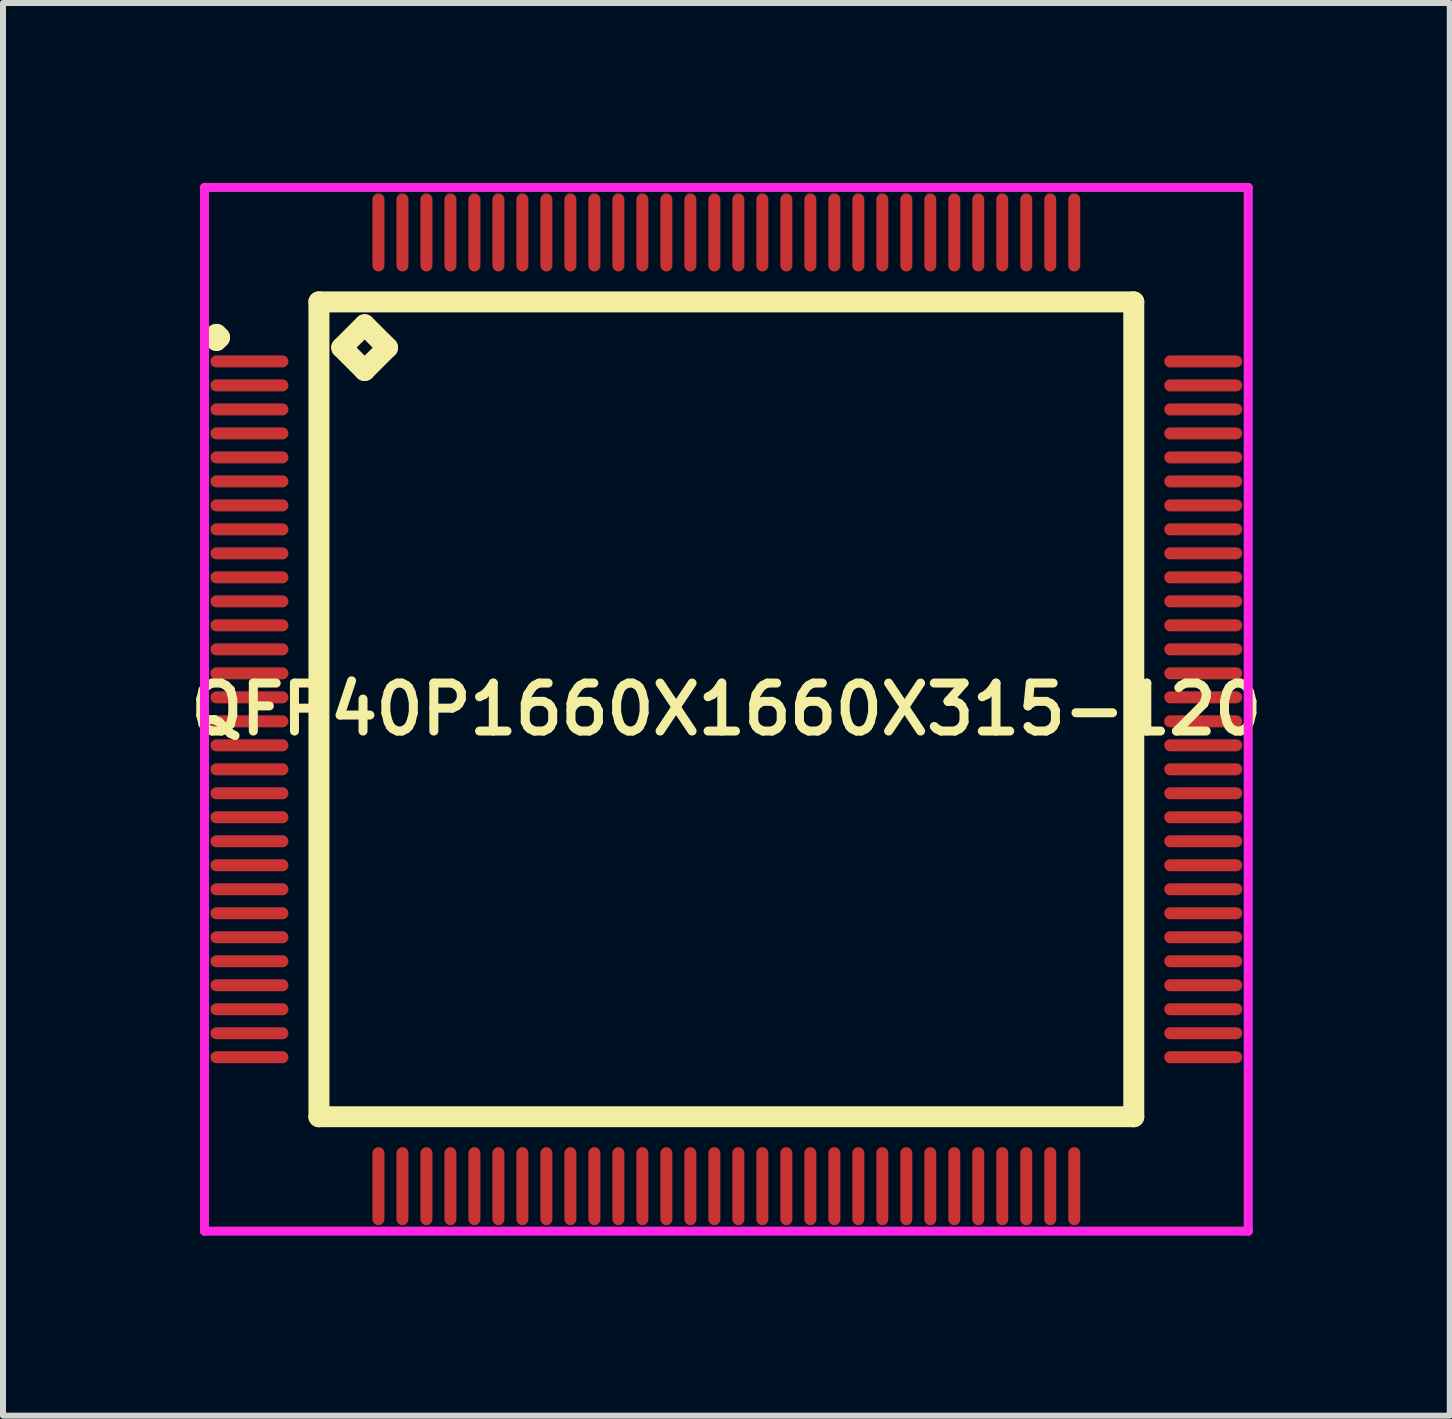
<source format=kicad_pcb>
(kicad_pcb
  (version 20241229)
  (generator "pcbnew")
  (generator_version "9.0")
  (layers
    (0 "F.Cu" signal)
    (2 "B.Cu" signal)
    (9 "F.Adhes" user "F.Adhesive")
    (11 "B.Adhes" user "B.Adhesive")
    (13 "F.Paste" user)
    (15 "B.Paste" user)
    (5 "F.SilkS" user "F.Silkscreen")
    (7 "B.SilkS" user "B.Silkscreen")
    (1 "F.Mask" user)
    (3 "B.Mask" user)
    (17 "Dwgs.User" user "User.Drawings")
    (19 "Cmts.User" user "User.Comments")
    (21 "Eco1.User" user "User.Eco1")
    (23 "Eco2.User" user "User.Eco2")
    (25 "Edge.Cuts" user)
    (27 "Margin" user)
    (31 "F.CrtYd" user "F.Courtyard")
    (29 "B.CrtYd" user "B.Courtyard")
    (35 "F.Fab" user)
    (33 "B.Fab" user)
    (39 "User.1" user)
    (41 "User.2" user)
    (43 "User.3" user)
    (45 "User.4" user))
  (footprint "QFP40P1660X1660X315-120"
    (layer "F.Cu")
    (at 9.059 8.775)
    (property "Reference" "QFP40P1660X1660X315-120" (at 0 0 0) (layer "F.SilkS") (effects (font (size 0.8 0.8) (thickness 0.15))))
    (attr smd)
    (fp_line (start -8.55 -6.2) (end -8.5 -6.25) (stroke (width 0.35) (type solid)) (layer "F.SilkS"))
    (fp_line (start -8.5 -6.25) (end -8.45 -6.2) (stroke (width 0.35) (type solid)) (layer "F.SilkS"))
    (fp_line (start -8.5 -6.15) (end -8.55 -6.2) (stroke (width 0.35) (type solid)) (layer "F.SilkS"))
    (fp_line (start -8.45 -6.2) (end -8.5 -6.15) (stroke (width 0.35) (type solid)) (layer "F.SilkS"))
    (fp_line (start -6.792 -6.792) (end -6.792 6.792) (stroke (width 0.35) (type solid)) (layer "F.SilkS"))
    (fp_line (start -6.792 6.792) (end 6.792 6.792) (stroke (width 0.35) (type solid)) (layer "F.SilkS"))
    (fp_line (start -6.411 -6.03) (end -6.03 -6.411) (stroke (width 0.35) (type solid)) (layer "F.SilkS"))
    (fp_line (start -6.03 -6.411) (end -5.649 -6.03) (stroke (width 0.35) (type solid)) (layer "F.SilkS"))
    (fp_line (start -6.03 -5.649) (end -6.411 -6.03) (stroke (width 0.35) (type solid)) (layer "F.SilkS"))
    (fp_line (start -5.649 -6.03) (end -6.03 -5.649) (stroke (width 0.35) (type solid)) (layer "F.SilkS"))
    (fp_line (start 6.792 -6.792) (end -6.792 -6.792) (stroke (width 0.35) (type solid)) (layer "F.SilkS"))
    (fp_line (start 6.792 6.792) (end 6.792 -6.792) (stroke (width 0.35) (type solid)) (layer "F.SilkS"))
    (fp_line (start -8.7 -8.7) (end 8.7 -8.7) (stroke (width 0.15) (type solid)) (layer "F.CrtYd"))
    (fp_line (start -8.7 8.7) (end -8.7 -8.7) (stroke (width 0.15) (type solid)) (layer "F.CrtYd"))
    (fp_line (start 8.7 -8.7) (end 8.7 8.7) (stroke (width 0.15) (type solid)) (layer "F.CrtYd"))
    (fp_line (start 8.7 8.7) (end -8.7 8.7) (stroke (width 0.15) (type solid)) (layer "F.CrtYd"))
    (pad "1" smd oval (at -7.95 -5.8) (size 1.3 0.2) (layers "F.Cu" "F.Mask" "F.Paste"))
    (pad "2" smd oval (at -7.95 -5.4) (size 1.3 0.2) (layers "F.Cu" "F.Mask" "F.Paste"))
    (pad "3" smd oval (at -7.95 -5) (size 1.3 0.2) (layers "F.Cu" "F.Mask" "F.Paste"))
    (pad "4" smd oval (at -7.95 -4.6) (size 1.3 0.2) (layers "F.Cu" "F.Mask" "F.Paste"))
    (pad "5" smd oval (at -7.95 -4.2) (size 1.3 0.2) (layers "F.Cu" "F.Mask" "F.Paste"))
    (pad "6" smd oval (at -7.95 -3.8) (size 1.3 0.2) (layers "F.Cu" "F.Mask" "F.Paste"))
    (pad "7" smd oval (at -7.95 -3.4) (size 1.3 0.2) (layers "F.Cu" "F.Mask" "F.Paste"))
    (pad "8" smd oval (at -7.95 -3) (size 1.3 0.2) (layers "F.Cu" "F.Mask" "F.Paste"))
    (pad "9" smd oval (at -7.95 -2.6) (size 1.3 0.2) (layers "F.Cu" "F.Mask" "F.Paste"))
    (pad "10" smd oval (at -7.95 -2.2) (size 1.3 0.2) (layers "F.Cu" "F.Mask" "F.Paste"))
    (pad "11" smd oval (at -7.95 -1.8) (size 1.3 0.2) (layers "F.Cu" "F.Mask" "F.Paste"))
    (pad "12" smd oval (at -7.95 -1.4) (size 1.3 0.2) (layers "F.Cu" "F.Mask" "F.Paste"))
    (pad "13" smd oval (at -7.95 -1) (size 1.3 0.2) (layers "F.Cu" "F.Mask" "F.Paste"))
    (pad "14" smd oval (at -7.95 -0.6) (size 1.3 0.2) (layers "F.Cu" "F.Mask" "F.Paste"))
    (pad "15" smd oval (at -7.95 -0.2) (size 1.3 0.2) (layers "F.Cu" "F.Mask" "F.Paste"))
    (pad "16" smd oval (at -7.95 0.2) (size 1.3 0.2) (layers "F.Cu" "F.Mask" "F.Paste"))
    (pad "17" smd oval (at -7.95 0.6) (size 1.3 0.2) (layers "F.Cu" "F.Mask" "F.Paste"))
    (pad "18" smd oval (at -7.95 1) (size 1.3 0.2) (layers "F.Cu" "F.Mask" "F.Paste"))
    (pad "19" smd oval (at -7.95 1.4) (size 1.3 0.2) (layers "F.Cu" "F.Mask" "F.Paste"))
    (pad "20" smd oval (at -7.95 1.8) (size 1.3 0.2) (layers "F.Cu" "F.Mask" "F.Paste"))
    (pad "21" smd oval (at -7.95 2.2) (size 1.3 0.2) (layers "F.Cu" "F.Mask" "F.Paste"))
    (pad "22" smd oval (at -7.95 2.6) (size 1.3 0.2) (layers "F.Cu" "F.Mask" "F.Paste"))
    (pad "23" smd oval (at -7.95 3) (size 1.3 0.2) (layers "F.Cu" "F.Mask" "F.Paste"))
    (pad "24" smd oval (at -7.95 3.4) (size 1.3 0.2) (layers "F.Cu" "F.Mask" "F.Paste"))
    (pad "25" smd oval (at -7.95 3.8) (size 1.3 0.2) (layers "F.Cu" "F.Mask" "F.Paste"))
    (pad "26" smd oval (at -7.95 4.2) (size 1.3 0.2) (layers "F.Cu" "F.Mask" "F.Paste"))
    (pad "27" smd oval (at -7.95 4.6) (size 1.3 0.2) (layers "F.Cu" "F.Mask" "F.Paste"))
    (pad "28" smd oval (at -7.95 5) (size 1.3 0.2) (layers "F.Cu" "F.Mask" "F.Paste"))
    (pad "29" smd oval (at -7.95 5.4) (size 1.3 0.2) (layers "F.Cu" "F.Mask" "F.Paste"))
    (pad "30" smd oval (at -7.95 5.8) (size 1.3 0.2) (layers "F.Cu" "F.Mask" "F.Paste"))
    (pad "31" smd oval (at -5.8 7.95) (size 0.2 1.3) (layers "F.Cu" "F.Mask" "F.Paste"))
    (pad "32" smd oval (at -5.4 7.95) (size 0.2 1.3) (layers "F.Cu" "F.Mask" "F.Paste"))
    (pad "33" smd oval (at -5 7.95) (size 0.2 1.3) (layers "F.Cu" "F.Mask" "F.Paste"))
    (pad "34" smd oval (at -4.6 7.95) (size 0.2 1.3) (layers "F.Cu" "F.Mask" "F.Paste"))
    (pad "35" smd oval (at -4.2 7.95) (size 0.2 1.3) (layers "F.Cu" "F.Mask" "F.Paste"))
    (pad "36" smd oval (at -3.8 7.95) (size 0.2 1.3) (layers "F.Cu" "F.Mask" "F.Paste"))
    (pad "37" smd oval (at -3.4 7.95) (size 0.2 1.3) (layers "F.Cu" "F.Mask" "F.Paste"))
    (pad "38" smd oval (at -3 7.95) (size 0.2 1.3) (layers "F.Cu" "F.Mask" "F.Paste"))
    (pad "39" smd oval (at -2.6 7.95) (size 0.2 1.3) (layers "F.Cu" "F.Mask" "F.Paste"))
    (pad "40" smd oval (at -2.2 7.95) (size 0.2 1.3) (layers "F.Cu" "F.Mask" "F.Paste"))
    (pad "41" smd oval (at -1.8 7.95) (size 0.2 1.3) (layers "F.Cu" "F.Mask" "F.Paste"))
    (pad "42" smd oval (at -1.4 7.95) (size 0.2 1.3) (layers "F.Cu" "F.Mask" "F.Paste"))
    (pad "43" smd oval (at -1 7.95) (size 0.2 1.3) (layers "F.Cu" "F.Mask" "F.Paste"))
    (pad "44" smd oval (at -0.6 7.95) (size 0.2 1.3) (layers "F.Cu" "F.Mask" "F.Paste"))
    (pad "45" smd oval (at -0.2 7.95) (size 0.2 1.3) (layers "F.Cu" "F.Mask" "F.Paste"))
    (pad "46" smd oval (at 0.2 7.95) (size 0.2 1.3) (layers "F.Cu" "F.Mask" "F.Paste"))
    (pad "47" smd oval (at 0.6 7.95) (size 0.2 1.3) (layers "F.Cu" "F.Mask" "F.Paste"))
    (pad "48" smd oval (at 1 7.95) (size 0.2 1.3) (layers "F.Cu" "F.Mask" "F.Paste"))
    (pad "49" smd oval (at 1.4 7.95) (size 0.2 1.3) (layers "F.Cu" "F.Mask" "F.Paste"))
    (pad "50" smd oval (at 1.8 7.95) (size 0.2 1.3) (layers "F.Cu" "F.Mask" "F.Paste"))
    (pad "51" smd oval (at 2.2 7.95) (size 0.2 1.3) (layers "F.Cu" "F.Mask" "F.Paste"))
    (pad "52" smd oval (at 2.6 7.95) (size 0.2 1.3) (layers "F.Cu" "F.Mask" "F.Paste"))
    (pad "53" smd oval (at 3 7.95) (size 0.2 1.3) (layers "F.Cu" "F.Mask" "F.Paste"))
    (pad "54" smd oval (at 3.4 7.95) (size 0.2 1.3) (layers "F.Cu" "F.Mask" "F.Paste"))
    (pad "55" smd oval (at 3.8 7.95) (size 0.2 1.3) (layers "F.Cu" "F.Mask" "F.Paste"))
    (pad "56" smd oval (at 4.2 7.95) (size 0.2 1.3) (layers "F.Cu" "F.Mask" "F.Paste"))
    (pad "57" smd oval (at 4.6 7.95) (size 0.2 1.3) (layers "F.Cu" "F.Mask" "F.Paste"))
    (pad "58" smd oval (at 5 7.95) (size 0.2 1.3) (layers "F.Cu" "F.Mask" "F.Paste"))
    (pad "59" smd oval (at 5.4 7.95) (size 0.2 1.3) (layers "F.Cu" "F.Mask" "F.Paste"))
    (pad "60" smd oval (at 5.8 7.95) (size 0.2 1.3) (layers "F.Cu" "F.Mask" "F.Paste"))
    (pad "61" smd oval (at 7.95 5.8) (size 1.3 0.2) (layers "F.Cu" "F.Mask" "F.Paste"))
    (pad "62" smd oval (at 7.95 5.4) (size 1.3 0.2) (layers "F.Cu" "F.Mask" "F.Paste"))
    (pad "63" smd oval (at 7.95 5) (size 1.3 0.2) (layers "F.Cu" "F.Mask" "F.Paste"))
    (pad "64" smd oval (at 7.95 4.6) (size 1.3 0.2) (layers "F.Cu" "F.Mask" "F.Paste"))
    (pad "65" smd oval (at 7.95 4.2) (size 1.3 0.2) (layers "F.Cu" "F.Mask" "F.Paste"))
    (pad "66" smd oval (at 7.95 3.8) (size 1.3 0.2) (layers "F.Cu" "F.Mask" "F.Paste"))
    (pad "67" smd oval (at 7.95 3.4) (size 1.3 0.2) (layers "F.Cu" "F.Mask" "F.Paste"))
    (pad "68" smd oval (at 7.95 3) (size 1.3 0.2) (layers "F.Cu" "F.Mask" "F.Paste"))
    (pad "69" smd oval (at 7.95 2.6) (size 1.3 0.2) (layers "F.Cu" "F.Mask" "F.Paste"))
    (pad "70" smd oval (at 7.95 2.2) (size 1.3 0.2) (layers "F.Cu" "F.Mask" "F.Paste"))
    (pad "71" smd oval (at 7.95 1.8) (size 1.3 0.2) (layers "F.Cu" "F.Mask" "F.Paste"))
    (pad "72" smd oval (at 7.95 1.4) (size 1.3 0.2) (layers "F.Cu" "F.Mask" "F.Paste"))
    (pad "73" smd oval (at 7.95 1) (size 1.3 0.2) (layers "F.Cu" "F.Mask" "F.Paste"))
    (pad "74" smd oval (at 7.95 0.6) (size 1.3 0.2) (layers "F.Cu" "F.Mask" "F.Paste"))
    (pad "75" smd oval (at 7.95 0.2) (size 1.3 0.2) (layers "F.Cu" "F.Mask" "F.Paste"))
    (pad "76" smd oval (at 7.95 -0.2) (size 1.3 0.2) (layers "F.Cu" "F.Mask" "F.Paste"))
    (pad "77" smd oval (at 7.95 -0.6) (size 1.3 0.2) (layers "F.Cu" "F.Mask" "F.Paste"))
    (pad "78" smd oval (at 7.95 -1) (size 1.3 0.2) (layers "F.Cu" "F.Mask" "F.Paste"))
    (pad "79" smd oval (at 7.95 -1.4) (size 1.3 0.2) (layers "F.Cu" "F.Mask" "F.Paste"))
    (pad "80" smd oval (at 7.95 -1.8) (size 1.3 0.2) (layers "F.Cu" "F.Mask" "F.Paste"))
    (pad "81" smd oval (at 7.95 -2.2) (size 1.3 0.2) (layers "F.Cu" "F.Mask" "F.Paste"))
    (pad "82" smd oval (at 7.95 -2.6) (size 1.3 0.2) (layers "F.Cu" "F.Mask" "F.Paste"))
    (pad "83" smd oval (at 7.95 -3) (size 1.3 0.2) (layers "F.Cu" "F.Mask" "F.Paste"))
    (pad "84" smd oval (at 7.95 -3.4) (size 1.3 0.2) (layers "F.Cu" "F.Mask" "F.Paste"))
    (pad "85" smd oval (at 7.95 -3.8) (size 1.3 0.2) (layers "F.Cu" "F.Mask" "F.Paste"))
    (pad "86" smd oval (at 7.95 -4.2) (size 1.3 0.2) (layers "F.Cu" "F.Mask" "F.Paste"))
    (pad "87" smd oval (at 7.95 -4.6) (size 1.3 0.2) (layers "F.Cu" "F.Mask" "F.Paste"))
    (pad "88" smd oval (at 7.95 -5) (size 1.3 0.2) (layers "F.Cu" "F.Mask" "F.Paste"))
    (pad "89" smd oval (at 7.95 -5.4) (size 1.3 0.2) (layers "F.Cu" "F.Mask" "F.Paste"))
    (pad "90" smd oval (at 7.95 -5.8) (size 1.3 0.2) (layers "F.Cu" "F.Mask" "F.Paste"))
    (pad "91" smd oval (at 5.8 -7.95) (size 0.2 1.3) (layers "F.Cu" "F.Mask" "F.Paste"))
    (pad "92" smd oval (at 5.4 -7.95) (size 0.2 1.3) (layers "F.Cu" "F.Mask" "F.Paste"))
    (pad "93" smd oval (at 5 -7.95) (size 0.2 1.3) (layers "F.Cu" "F.Mask" "F.Paste"))
    (pad "94" smd oval (at 4.6 -7.95) (size 0.2 1.3) (layers "F.Cu" "F.Mask" "F.Paste"))
    (pad "95" smd oval (at 4.2 -7.95) (size 0.2 1.3) (layers "F.Cu" "F.Mask" "F.Paste"))
    (pad "96" smd oval (at 3.8 -7.95) (size 0.2 1.3) (layers "F.Cu" "F.Mask" "F.Paste"))
    (pad "97" smd oval (at 3.4 -7.95) (size 0.2 1.3) (layers "F.Cu" "F.Mask" "F.Paste"))
    (pad "98" smd oval (at 3 -7.95) (size 0.2 1.3) (layers "F.Cu" "F.Mask" "F.Paste"))
    (pad "99" smd oval (at 2.6 -7.95) (size 0.2 1.3) (layers "F.Cu" "F.Mask" "F.Paste"))
    (pad "100" smd oval (at 2.2 -7.95) (size 0.2 1.3) (layers "F.Cu" "F.Mask" "F.Paste"))
    (pad "101" smd oval (at 1.8 -7.95) (size 0.2 1.3) (layers "F.Cu" "F.Mask" "F.Paste"))
    (pad "102" smd oval (at 1.4 -7.95) (size 0.2 1.3) (layers "F.Cu" "F.Mask" "F.Paste"))
    (pad "103" smd oval (at 1 -7.95) (size 0.2 1.3) (layers "F.Cu" "F.Mask" "F.Paste"))
    (pad "104" smd oval (at 0.6 -7.95) (size 0.2 1.3) (layers "F.Cu" "F.Mask" "F.Paste"))
    (pad "105" smd oval (at 0.2 -7.95) (size 0.2 1.3) (layers "F.Cu" "F.Mask" "F.Paste"))
    (pad "106" smd oval (at -0.2 -7.95) (size 0.2 1.3) (layers "F.Cu" "F.Mask" "F.Paste"))
    (pad "107" smd oval (at -0.6 -7.95) (size 0.2 1.3) (layers "F.Cu" "F.Mask" "F.Paste"))
    (pad "108" smd oval (at -1 -7.95) (size 0.2 1.3) (layers "F.Cu" "F.Mask" "F.Paste"))
    (pad "109" smd oval (at -1.4 -7.95) (size 0.2 1.3) (layers "F.Cu" "F.Mask" "F.Paste"))
    (pad "110" smd oval (at -1.8 -7.95) (size 0.2 1.3) (layers "F.Cu" "F.Mask" "F.Paste"))
    (pad "111" smd oval (at -2.2 -7.95) (size 0.2 1.3) (layers "F.Cu" "F.Mask" "F.Paste"))
    (pad "112" smd oval (at -2.6 -7.95) (size 0.2 1.3) (layers "F.Cu" "F.Mask" "F.Paste"))
    (pad "113" smd oval (at -3 -7.95) (size 0.2 1.3) (layers "F.Cu" "F.Mask" "F.Paste"))
    (pad "114" smd oval (at -3.4 -7.95) (size 0.2 1.3) (layers "F.Cu" "F.Mask" "F.Paste"))
    (pad "115" smd oval (at -3.8 -7.95) (size 0.2 1.3) (layers "F.Cu" "F.Mask" "F.Paste"))
    (pad "116" smd oval (at -4.2 -7.95) (size 0.2 1.3) (layers "F.Cu" "F.Mask" "F.Paste"))
    (pad "117" smd oval (at -4.6 -7.95) (size 0.2 1.3) (layers "F.Cu" "F.Mask" "F.Paste"))
    (pad "118" smd oval (at -5 -7.95) (size 0.2 1.3) (layers "F.Cu" "F.Mask" "F.Paste"))
    (pad "119" smd oval (at -5.4 -7.95) (size 0.2 1.3) (layers "F.Cu" "F.Mask" "F.Paste"))
    (pad "120" smd oval (at -5.8 -7.95) (size 0.2 1.3) (layers "F.Cu" "F.Mask" "F.Paste")))
  (gr_rect
    (start -3 -3)
    (end 21.119 20.55)
    (stroke (width 0.1) (type default))
    (fill no)
    (layer "Edge.Cuts")))
</source>
